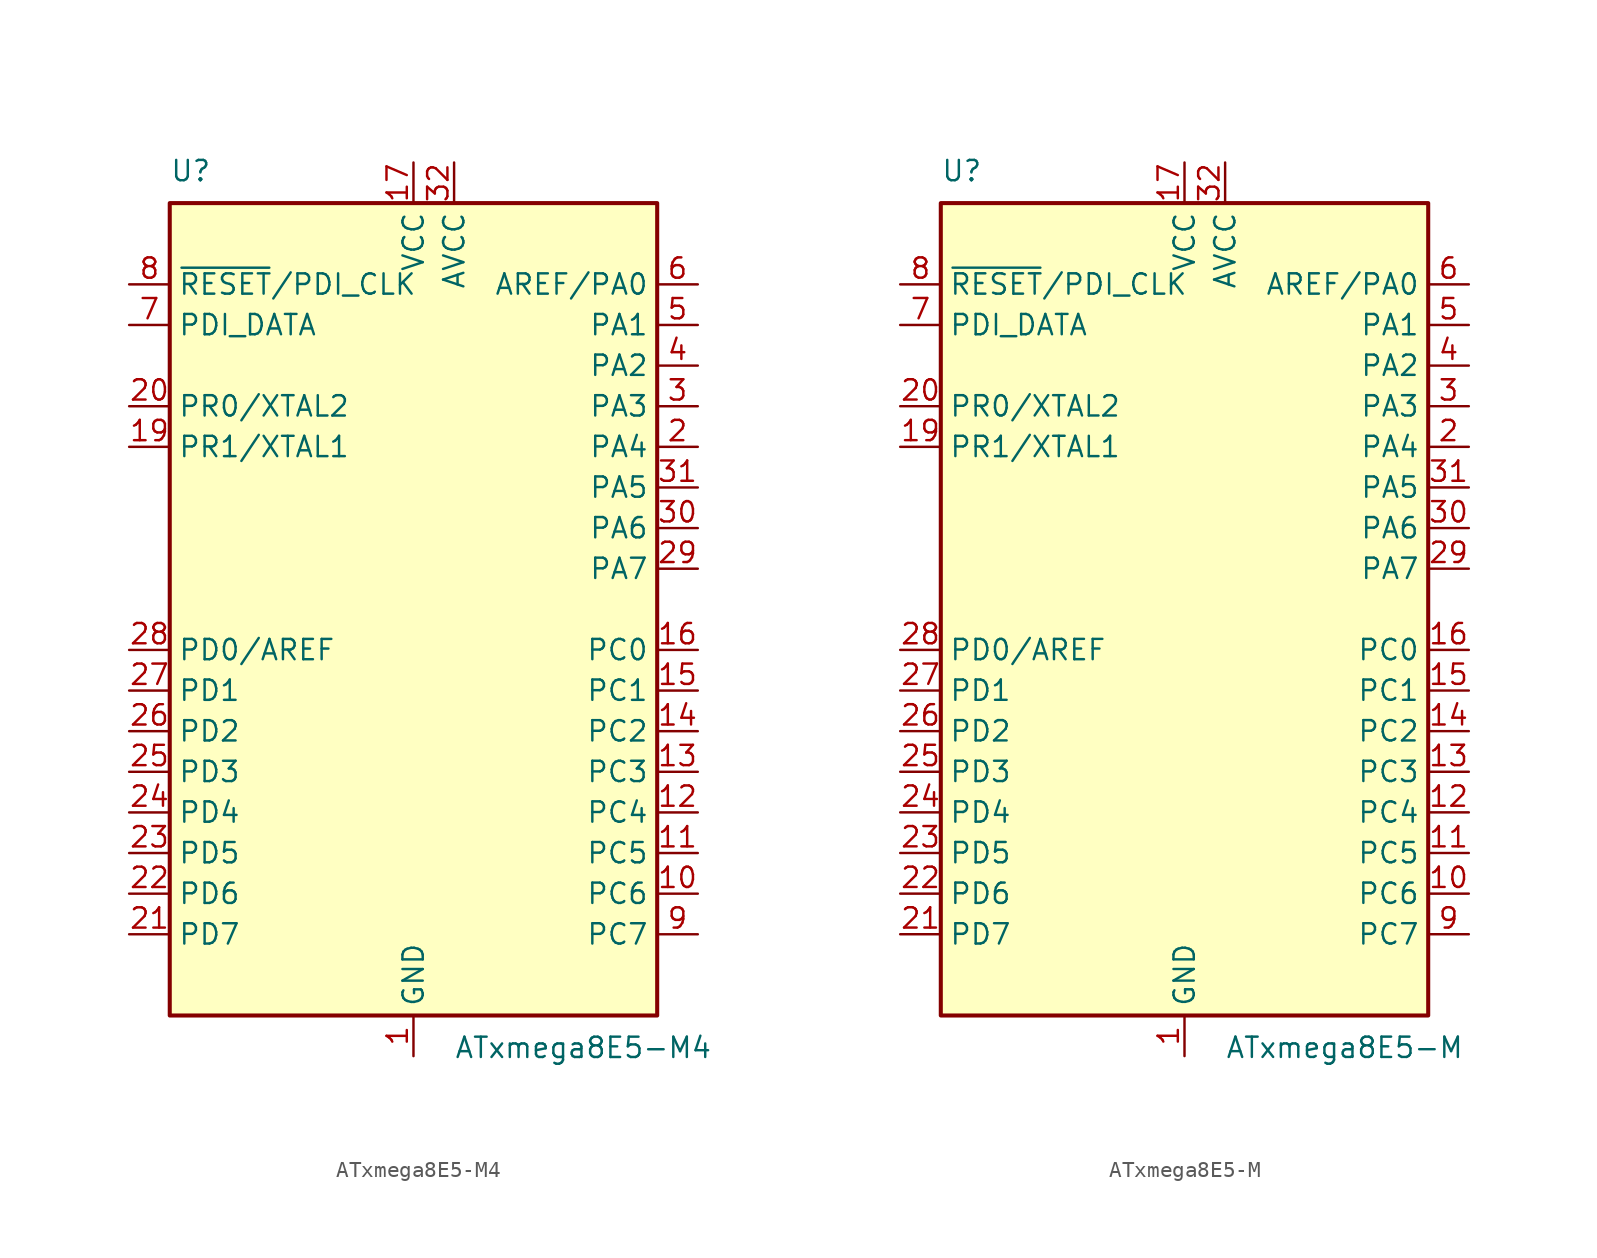
<source format=kicad_sym>
(kicad_symbol_lib
  (version 20220914)
  (generator kicad_symbol_editor)
  (symbol "ATxmega8E5-M4"
    (property "Reference" "U"
      (at -15.24 26.67 0)
      (effects (font (size 1.27 1.27)) (justify left bottom)))
    (property "Value" "ATxmega8E5-M4"
      (at 2.54 -26.67 0)
      (effects (font (size 1.27 1.27)) (justify left top)))
    (symbol "ATxmega8E5-M4_0_1"
      (rectangle (start -15.24 -25.4) (end 15.24 25.4) (stroke (width 0.254) (type default)) (fill (type background))))
    (symbol "ATxmega8E5-M4_1_1"
      (pin power_in line (at 0 -27.94 90) (length 2.54) (name "GND" (effects (font (size 1.27 1.27)))) (number "1" (effects (font (size 1.27 1.27)))))
      (pin bidirectional line (at 17.78 -17.78 180) (length 2.54) (name "PC6" (effects (font (size 1.27 1.27)))) (number "10" (effects (font (size 1.27 1.27)))))
      (pin bidirectional line (at 17.78 -15.24 180) (length 2.54) (name "PC5" (effects (font (size 1.27 1.27)))) (number "11" (effects (font (size 1.27 1.27)))))
      (pin bidirectional line (at 17.78 -12.7 180) (length 2.54) (name "PC4" (effects (font (size 1.27 1.27)))) (number "12" (effects (font (size 1.27 1.27)))))
      (pin bidirectional line (at 17.78 -10.16 180) (length 2.54) (name "PC3" (effects (font (size 1.27 1.27)))) (number "13" (effects (font (size 1.27 1.27)))))
      (pin bidirectional line (at 17.78 -7.62 180) (length 2.54) (name "PC2" (effects (font (size 1.27 1.27)))) (number "14" (effects (font (size 1.27 1.27)))))
      (pin bidirectional line (at 17.78 -5.08 180) (length 2.54) (name "PC1" (effects (font (size 1.27 1.27)))) (number "15" (effects (font (size 1.27 1.27)))))
      (pin bidirectional line (at 17.78 -2.54 180) (length 2.54) (name "PC0" (effects (font (size 1.27 1.27)))) (number "16" (effects (font (size 1.27 1.27)))))
      (pin power_in line (at 0 27.94 270) (length 2.54) (name "VCC" (effects (font (size 1.27 1.27)))) (number "17" (effects (font (size 1.27 1.27)))))
      (pin passive line (at 0 -27.94 90) (length 2.54) hide (name "GND" (effects (font (size 1.27 1.27)))) (number "18" (effects (font (size 1.27 1.27)))))
      (pin bidirectional line (at -17.78 10.16 0) (length 2.54) (name "PR1/XTAL1" (effects (font (size 1.27 1.27)))) (number "19" (effects (font (size 1.27 1.27)))))
      (pin bidirectional line (at 17.78 10.16 180) (length 2.54) (name "PA4" (effects (font (size 1.27 1.27)))) (number "2" (effects (font (size 1.27 1.27)))))
      (pin bidirectional line (at -17.78 12.7 0) (length 2.54) (name "PR0/XTAL2" (effects (font (size 1.27 1.27)))) (number "20" (effects (font (size 1.27 1.27)))))
      (pin bidirectional line (at -17.78 -20.32 0) (length 2.54) (name "PD7" (effects (font (size 1.27 1.27)))) (number "21" (effects (font (size 1.27 1.27)))))
      (pin bidirectional line (at -17.78 -17.78 0) (length 2.54) (name "PD6" (effects (font (size 1.27 1.27)))) (number "22" (effects (font (size 1.27 1.27)))))
      (pin bidirectional line (at -17.78 -15.24 0) (length 2.54) (name "PD5" (effects (font (size 1.27 1.27)))) (number "23" (effects (font (size 1.27 1.27)))))
      (pin bidirectional line (at -17.78 -12.7 0) (length 2.54) (name "PD4" (effects (font (size 1.27 1.27)))) (number "24" (effects (font (size 1.27 1.27)))))
      (pin bidirectional line (at -17.78 -10.16 0) (length 2.54) (name "PD3" (effects (font (size 1.27 1.27)))) (number "25" (effects (font (size 1.27 1.27)))))
      (pin bidirectional line (at -17.78 -7.62 0) (length 2.54) (name "PD2" (effects (font (size 1.27 1.27)))) (number "26" (effects (font (size 1.27 1.27)))))
      (pin bidirectional line (at -17.78 -5.08 0) (length 2.54) (name "PD1" (effects (font (size 1.27 1.27)))) (number "27" (effects (font (size 1.27 1.27)))))
      (pin bidirectional line (at -17.78 -2.54 0) (length 2.54) (name "PD0/AREF" (effects (font (size 1.27 1.27)))) (number "28" (effects (font (size 1.27 1.27)))))
      (pin bidirectional line (at 17.78 2.54 180) (length 2.54) (name "PA7" (effects (font (size 1.27 1.27)))) (number "29" (effects (font (size 1.27 1.27)))))
      (pin bidirectional line (at 17.78 12.7 180) (length 2.54) (name "PA3" (effects (font (size 1.27 1.27)))) (number "3" (effects (font (size 1.27 1.27)))))
      (pin bidirectional line (at 17.78 5.08 180) (length 2.54) (name "PA6" (effects (font (size 1.27 1.27)))) (number "30" (effects (font (size 1.27 1.27)))))
      (pin bidirectional line (at 17.78 7.62 180) (length 2.54) (name "PA5" (effects (font (size 1.27 1.27)))) (number "31" (effects (font (size 1.27 1.27)))))
      (pin power_in line (at 2.54 27.94 270) (length 2.54) (name "AVCC" (effects (font (size 1.27 1.27)))) (number "32" (effects (font (size 1.27 1.27)))))
      (pin passive line (at 0 -27.94 90) (length 2.54) hide (name "GND" (effects (font (size 1.27 1.27)))) (number "33" (effects (font (size 1.27 1.27)))))
      (pin bidirectional line (at 17.78 15.24 180) (length 2.54) (name "PA2" (effects (font (size 1.27 1.27)))) (number "4" (effects (font (size 1.27 1.27)))))
      (pin bidirectional line (at 17.78 17.78 180) (length 2.54) (name "PA1" (effects (font (size 1.27 1.27)))) (number "5" (effects (font (size 1.27 1.27)))))
      (pin bidirectional line (at 17.78 20.32 180) (length 2.54) (name "AREF/PA0" (effects (font (size 1.27 1.27)))) (number "6" (effects (font (size 1.27 1.27)))))
      (pin bidirectional line (at -17.78 17.78 0) (length 2.54) (name "PDI_DATA" (effects (font (size 1.27 1.27)))) (number "7" (effects (font (size 1.27 1.27)))))
      (pin input line (at -17.78 20.32 0) (length 2.54) (name "~{RESET}/PDI_CLK" (effects (font (size 1.27 1.27)))) (number "8" (effects (font (size 1.27 1.27)))))
      (pin bidirectional line (at 17.78 -20.32 180) (length 2.54) (name "PC7" (effects (font (size 1.27 1.27)))) (number "9" (effects (font (size 1.27 1.27)))))))
  (symbol "ATxmega8E5-M"
    (property "Reference" "U"
      (at -15.24 26.67 0)
      (effects (font (size 1.27 1.27)) (justify left bottom)))
    (property "Value" "ATxmega8E5-M"
      (at 2.54 -26.67 0)
      (effects (font (size 1.27 1.27)) (justify left top)))
    (symbol "ATxmega8E5-M_0_1"
      (rectangle (start -15.24 -25.4) (end 15.24 25.4) (stroke (width 0.254) (type default)) (fill (type background))))
    (symbol "ATxmega8E5-M_1_1"
      (pin power_in line (at 0 -27.94 90) (length 2.54) (name "GND" (effects (font (size 1.27 1.27)))) (number "1" (effects (font (size 1.27 1.27)))))
      (pin bidirectional line (at 17.78 -17.78 180) (length 2.54) (name "PC6" (effects (font (size 1.27 1.27)))) (number "10" (effects (font (size 1.27 1.27)))))
      (pin bidirectional line (at 17.78 -15.24 180) (length 2.54) (name "PC5" (effects (font (size 1.27 1.27)))) (number "11" (effects (font (size 1.27 1.27)))))
      (pin bidirectional line (at 17.78 -12.7 180) (length 2.54) (name "PC4" (effects (font (size 1.27 1.27)))) (number "12" (effects (font (size 1.27 1.27)))))
      (pin bidirectional line (at 17.78 -10.16 180) (length 2.54) (name "PC3" (effects (font (size 1.27 1.27)))) (number "13" (effects (font (size 1.27 1.27)))))
      (pin bidirectional line (at 17.78 -7.62 180) (length 2.54) (name "PC2" (effects (font (size 1.27 1.27)))) (number "14" (effects (font (size 1.27 1.27)))))
      (pin bidirectional line (at 17.78 -5.08 180) (length 2.54) (name "PC1" (effects (font (size 1.27 1.27)))) (number "15" (effects (font (size 1.27 1.27)))))
      (pin bidirectional line (at 17.78 -2.54 180) (length 2.54) (name "PC0" (effects (font (size 1.27 1.27)))) (number "16" (effects (font (size 1.27 1.27)))))
      (pin power_in line (at 0 27.94 270) (length 2.54) (name "VCC" (effects (font (size 1.27 1.27)))) (number "17" (effects (font (size 1.27 1.27)))))
      (pin passive line (at 0 -27.94 90) (length 2.54) hide (name "GND" (effects (font (size 1.27 1.27)))) (number "18" (effects (font (size 1.27 1.27)))))
      (pin bidirectional line (at -17.78 10.16 0) (length 2.54) (name "PR1/XTAL1" (effects (font (size 1.27 1.27)))) (number "19" (effects (font (size 1.27 1.27)))))
      (pin bidirectional line (at 17.78 10.16 180) (length 2.54) (name "PA4" (effects (font (size 1.27 1.27)))) (number "2" (effects (font (size 1.27 1.27)))))
      (pin bidirectional line (at -17.78 12.7 0) (length 2.54) (name "PR0/XTAL2" (effects (font (size 1.27 1.27)))) (number "20" (effects (font (size 1.27 1.27)))))
      (pin bidirectional line (at -17.78 -20.32 0) (length 2.54) (name "PD7" (effects (font (size 1.27 1.27)))) (number "21" (effects (font (size 1.27 1.27)))))
      (pin bidirectional line (at -17.78 -17.78 0) (length 2.54) (name "PD6" (effects (font (size 1.27 1.27)))) (number "22" (effects (font (size 1.27 1.27)))))
      (pin bidirectional line (at -17.78 -15.24 0) (length 2.54) (name "PD5" (effects (font (size 1.27 1.27)))) (number "23" (effects (font (size 1.27 1.27)))))
      (pin bidirectional line (at -17.78 -12.7 0) (length 2.54) (name "PD4" (effects (font (size 1.27 1.27)))) (number "24" (effects (font (size 1.27 1.27)))))
      (pin bidirectional line (at -17.78 -10.16 0) (length 2.54) (name "PD3" (effects (font (size 1.27 1.27)))) (number "25" (effects (font (size 1.27 1.27)))))
      (pin bidirectional line (at -17.78 -7.62 0) (length 2.54) (name "PD2" (effects (font (size 1.27 1.27)))) (number "26" (effects (font (size 1.27 1.27)))))
      (pin bidirectional line (at -17.78 -5.08 0) (length 2.54) (name "PD1" (effects (font (size 1.27 1.27)))) (number "27" (effects (font (size 1.27 1.27)))))
      (pin bidirectional line (at -17.78 -2.54 0) (length 2.54) (name "PD0/AREF" (effects (font (size 1.27 1.27)))) (number "28" (effects (font (size 1.27 1.27)))))
      (pin bidirectional line (at 17.78 2.54 180) (length 2.54) (name "PA7" (effects (font (size 1.27 1.27)))) (number "29" (effects (font (size 1.27 1.27)))))
      (pin bidirectional line (at 17.78 12.7 180) (length 2.54) (name "PA3" (effects (font (size 1.27 1.27)))) (number "3" (effects (font (size 1.27 1.27)))))
      (pin bidirectional line (at 17.78 5.08 180) (length 2.54) (name "PA6" (effects (font (size 1.27 1.27)))) (number "30" (effects (font (size 1.27 1.27)))))
      (pin bidirectional line (at 17.78 7.62 180) (length 2.54) (name "PA5" (effects (font (size 1.27 1.27)))) (number "31" (effects (font (size 1.27 1.27)))))
      (pin power_in line (at 2.54 27.94 270) (length 2.54) (name "AVCC" (effects (font (size 1.27 1.27)))) (number "32" (effects (font (size 1.27 1.27)))))
      (pin passive line (at 0 -27.94 90) (length 2.54) hide (name "GND" (effects (font (size 1.27 1.27)))) (number "33" (effects (font (size 1.27 1.27)))))
      (pin bidirectional line (at 17.78 15.24 180) (length 2.54) (name "PA2" (effects (font (size 1.27 1.27)))) (number "4" (effects (font (size 1.27 1.27)))))
      (pin bidirectional line (at 17.78 17.78 180) (length 2.54) (name "PA1" (effects (font (size 1.27 1.27)))) (number "5" (effects (font (size 1.27 1.27)))))
      (pin bidirectional line (at 17.78 20.32 180) (length 2.54) (name "AREF/PA0" (effects (font (size 1.27 1.27)))) (number "6" (effects (font (size 1.27 1.27)))))
      (pin bidirectional line (at -17.78 17.78 0) (length 2.54) (name "PDI_DATA" (effects (font (size 1.27 1.27)))) (number "7" (effects (font (size 1.27 1.27)))))
      (pin input line (at -17.78 20.32 0) (length 2.54) (name "~{RESET}/PDI_CLK" (effects (font (size 1.27 1.27)))) (number "8" (effects (font (size 1.27 1.27)))))
      (pin bidirectional line (at 17.78 -20.32 180) (length 2.54) (name "PC7" (effects (font (size 1.27 1.27)))) (number "9" (effects (font (size 1.27 1.27))))))))
</source>
